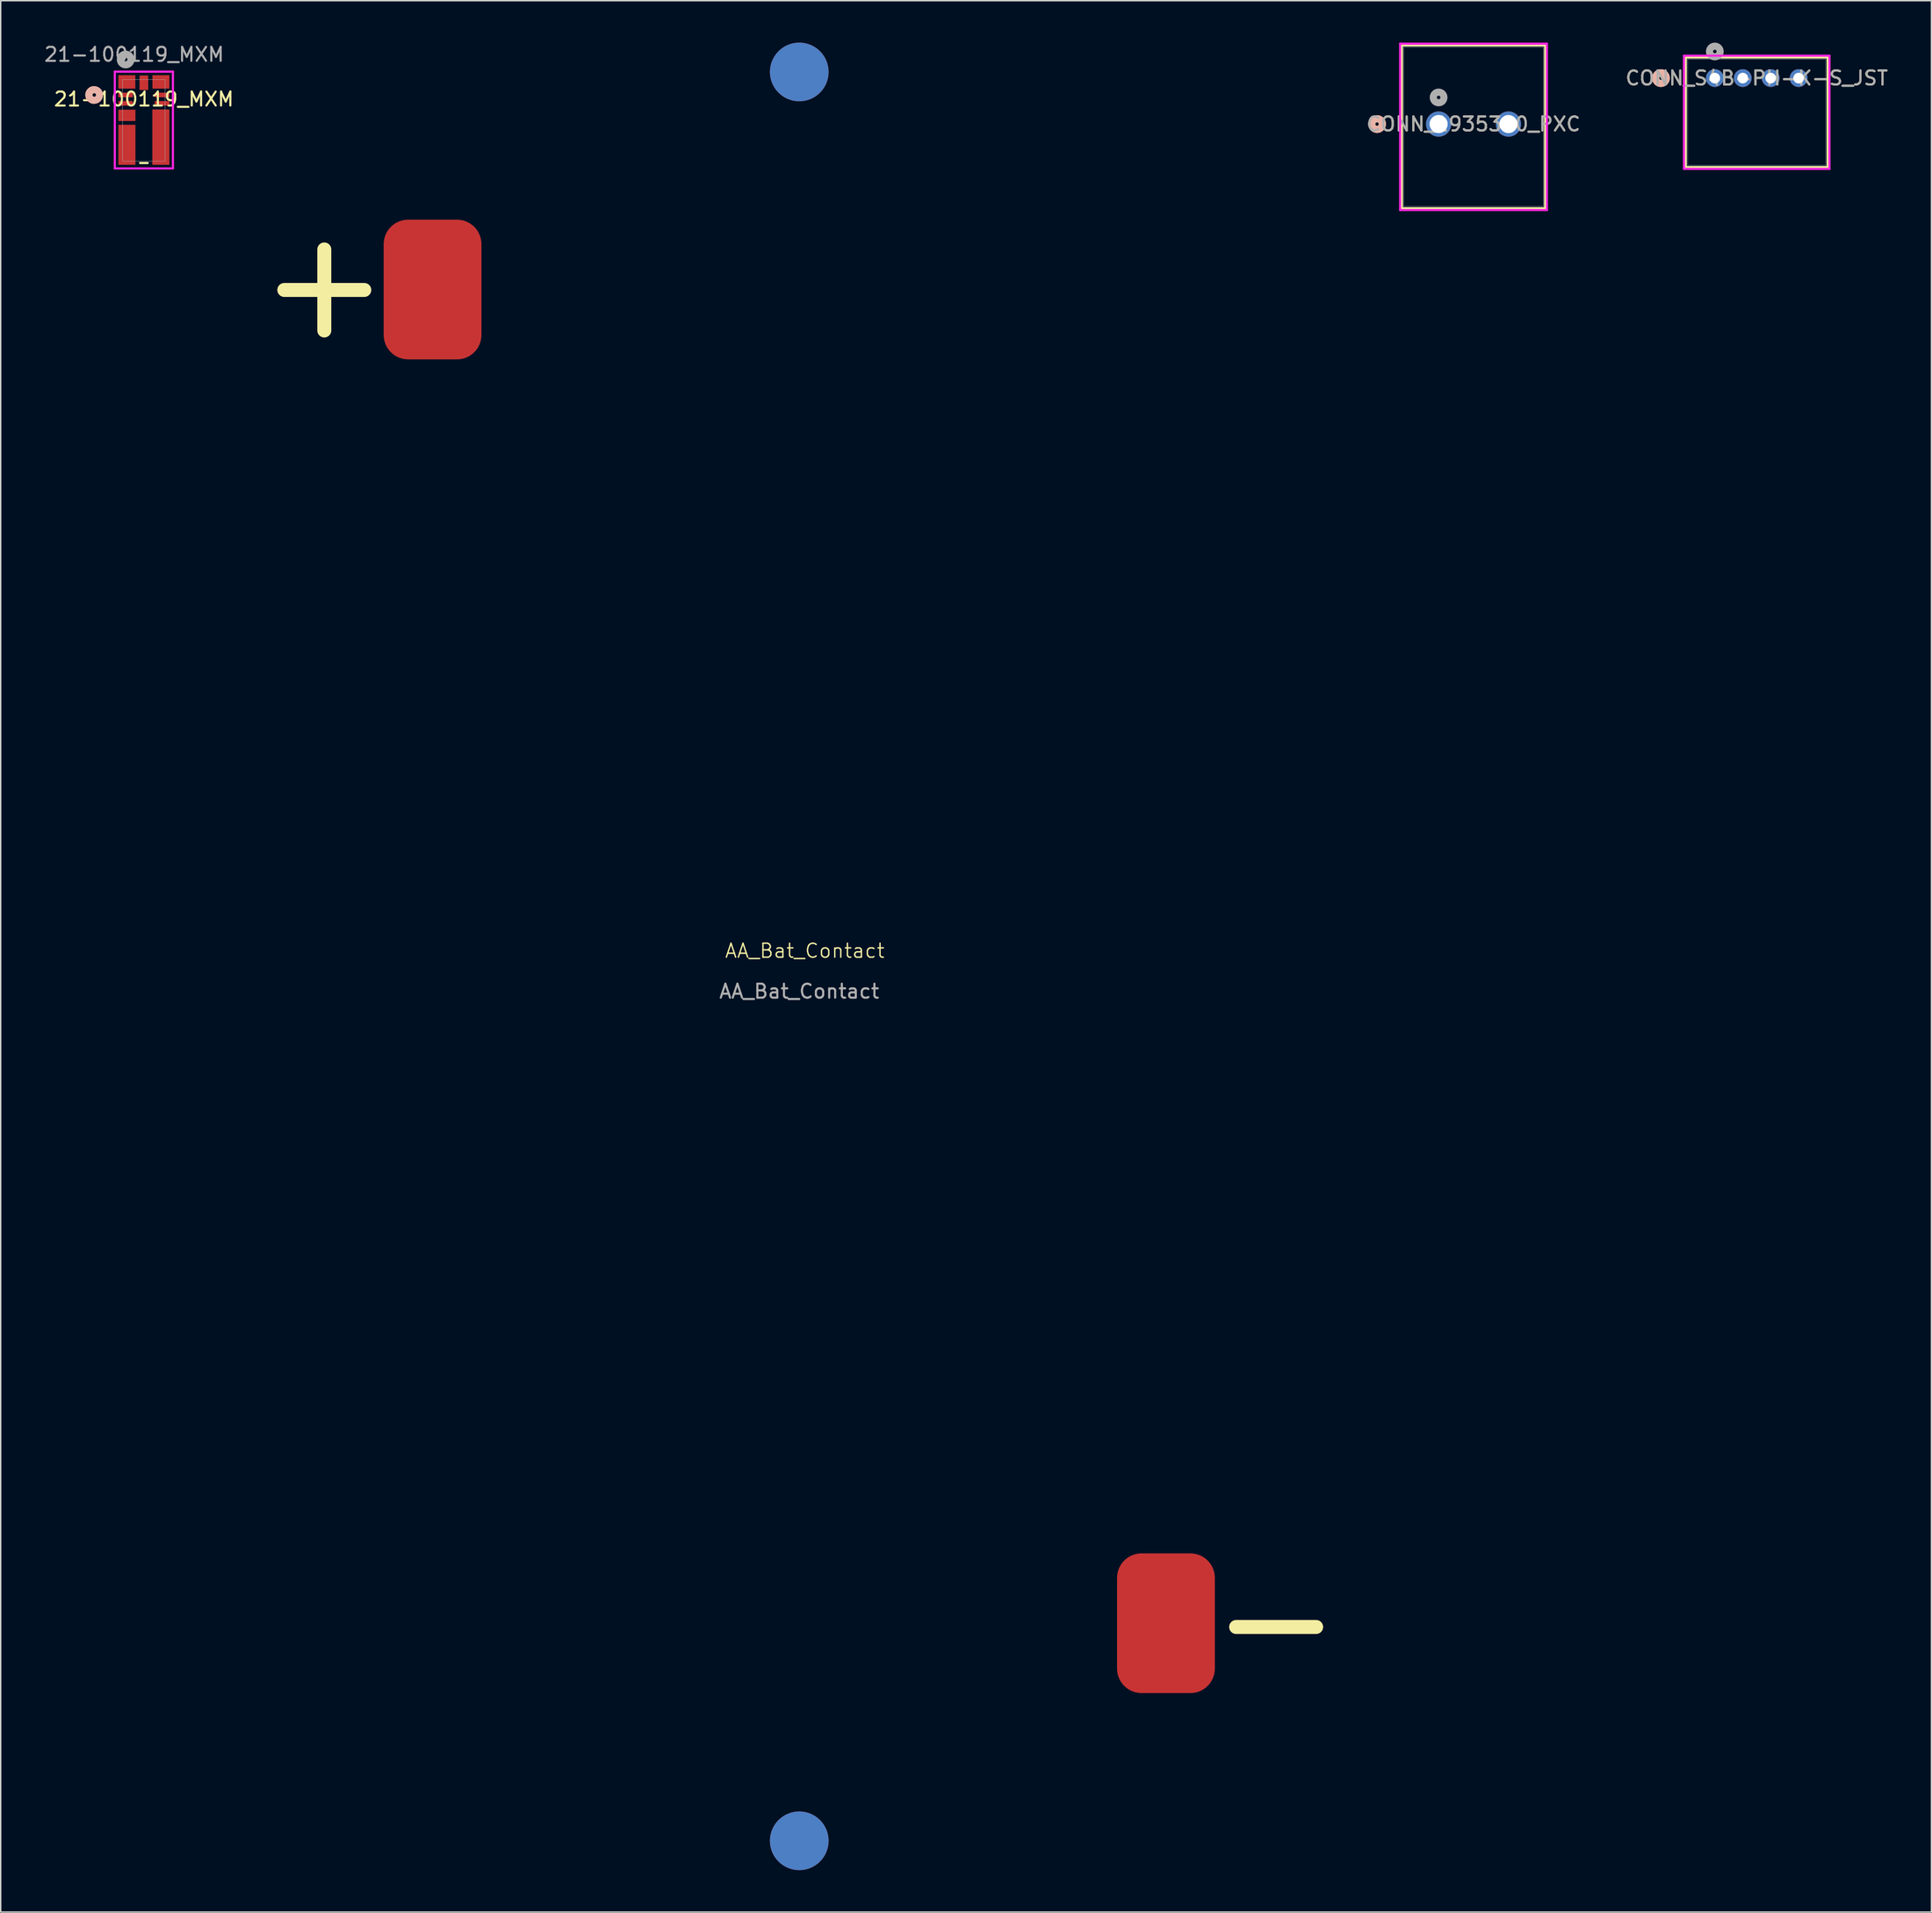
<source format=kicad_pcb>
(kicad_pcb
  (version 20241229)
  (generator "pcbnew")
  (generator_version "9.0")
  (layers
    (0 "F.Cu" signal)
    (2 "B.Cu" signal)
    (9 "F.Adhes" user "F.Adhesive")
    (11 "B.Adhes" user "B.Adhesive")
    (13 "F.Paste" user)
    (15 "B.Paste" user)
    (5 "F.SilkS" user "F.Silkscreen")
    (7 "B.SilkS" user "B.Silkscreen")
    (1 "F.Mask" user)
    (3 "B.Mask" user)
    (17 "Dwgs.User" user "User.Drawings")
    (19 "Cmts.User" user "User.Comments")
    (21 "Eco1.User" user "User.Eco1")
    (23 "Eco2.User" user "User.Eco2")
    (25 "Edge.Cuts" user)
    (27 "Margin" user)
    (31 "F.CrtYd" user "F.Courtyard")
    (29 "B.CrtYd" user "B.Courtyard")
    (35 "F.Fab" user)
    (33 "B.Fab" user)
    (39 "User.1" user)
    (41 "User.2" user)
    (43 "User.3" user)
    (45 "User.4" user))
  (footprint "CONN_S4B-PH-K-S_JST"
    (layer "F.Cu")
    (at 119.706 2.54)
    (property "Reference" "CONN_S4B-PH-K-S_JST" (at 3 0 0) (unlocked yes) (layer "F.SilkS") (effects (font (size 1 1) (thickness 0.15))))
    (attr through_hole)
    (fp_line (start -2.08 -1.477) (end -2.08 6.372) (stroke (width 0.152) (type solid)) (layer "F.SilkS"))
    (fp_line (start -2.08 6.372) (end 8.08 6.372) (stroke (width 0.152) (type solid)) (layer "F.SilkS"))
    (fp_line (start 8.08 -1.477) (end -2.08 -1.477) (stroke (width 0.152) (type solid)) (layer "F.SilkS"))
    (fp_line (start 8.08 6.372) (end 8.08 -1.477) (stroke (width 0.152) (type solid)) (layer "F.SilkS"))
    (fp_circle (center -3.858 0) (end -3.477 0) (stroke (width 0.508) (type solid)) (fill no) (layer "F.SilkS"))
    (fp_circle (center -3.858 0) (end -3.477 0) (stroke (width 0.508) (type solid)) (fill no) (layer "B.SilkS"))
    (fp_line (start -2.207 -1.604) (end -2.207 6.499) (stroke (width 0.152) (type solid)) (layer "F.CrtYd"))
    (fp_line (start -2.207 6.499) (end 8.207 6.499) (stroke (width 0.152) (type solid)) (layer "F.CrtYd"))
    (fp_line (start 8.207 -1.604) (end -2.207 -1.604) (stroke (width 0.152) (type solid)) (layer "F.CrtYd"))
    (fp_line (start 8.207 6.499) (end 8.207 -1.604) (stroke (width 0.152) (type solid)) (layer "F.CrtYd"))
    (fp_line (start -1.953 -1.35) (end -1.953 6.245) (stroke (width 0.025) (type solid)) (layer "F.Fab"))
    (fp_line (start -1.953 6.245) (end 7.953 6.245) (stroke (width 0.025) (type solid)) (layer "F.Fab"))
    (fp_line (start 7.953 -1.35) (end -1.953 -1.35) (stroke (width 0.025) (type solid)) (layer "F.Fab"))
    (fp_line (start 7.953 6.245) (end 7.953 -1.35) (stroke (width 0.025) (type solid)) (layer "F.Fab"))
    (fp_circle (center 0 -1.905) (end 0.381 -1.905) (stroke (width 0.508) (type solid)) (fill no) (layer "F.Fab"))
    (fp_text user "${REFERENCE}" (at 3 0 0) (unlocked yes) (layer "F.Fab") (effects (font (size 1 1) (thickness 0.15))))
    (pad "1" thru_hole circle (at 0 0) (size 1.27 1.27) (drill 0.762) (layers "*.Cu" "*.Mask"))
    (pad "2" thru_hole circle (at 2 0) (size 1.27 1.27) (drill 0.762) (layers "*.Cu" "*.Mask"))
    (pad "3" thru_hole circle (at 4 0) (size 1.27 1.27) (drill 0.762) (layers "*.Cu" "*.Mask"))
    (pad "4" thru_hole circle (at 6 0) (size 1.27 1.27) (drill 0.762) (layers "*.Cu" "*.Mask")))
  (footprint "21-100119_MXM"
    (layer "F.Cu")
    (at 8.554 4.348)
    (property "Reference" "21-100119_MXM" (at -1.305 -0.3 0) (unlocked yes) (layer "F.SilkS") (effects (font (size 1 1) (thickness 0.15))))
    (attr smd)
    (fp_line (start -1.578 4.271) (end -1.032 4.271) (stroke (width 0.152) (type solid)) (layer "F.SilkS"))
    (fp_arc (start -4.908067 -0.221918) (mid -5.241997 -0.601431) (end -4.905227 -0.978424) (stroke (width 0.508) (type solid)) (layer "F.SilkS"))
    (fp_circle (center -4.861 -0.6) (end -4.48 -0.6) (stroke (width 0.508) (type solid)) (fill no) (layer "B.SilkS"))
    (fp_line (start -3.385 -2.268) (end -3.385 4.656) (stroke (width 0.152) (type solid)) (layer "F.CrtYd"))
    (fp_line (start -3.385 4.656) (end 0.775 4.656) (stroke (width 0.152) (type solid)) (layer "F.CrtYd"))
    (fp_line (start 0.775 -2.268) (end -3.385 -2.268) (stroke (width 0.152) (type solid)) (layer "F.CrtYd"))
    (fp_line (start 0.775 4.656) (end 0.775 -2.268) (stroke (width 0.152) (type solid)) (layer "F.CrtYd"))
    (fp_line (start -2.829 -1.698) (end -2.829 4.144) (stroke (width 0.025) (type solid)) (layer "F.Fab"))
    (fp_line (start -2.829 4.144) (end 0.219 4.144) (stroke (width 0.025) (type solid)) (layer "F.Fab"))
    (fp_line (start 0.219 -1.698) (end -2.829 -1.698) (stroke (width 0.025) (type solid)) (layer "F.Fab"))
    (fp_line (start 0.219 4.144) (end 0.219 -1.698) (stroke (width 0.025) (type solid)) (layer "F.Fab"))
    (fp_circle (center -2.61 -3.14) (end -2.229 -3.14) (stroke (width 0.508) (type solid)) (fill no) (layer "F.Fab"))
    (fp_text user "${REFERENCE}" (at -2 -3.5 0) (unlocked yes) (layer "F.Fab") (effects (font (size 1 1) (thickness 0.15))))
    (pad "1" smd rect (at -2.61 -0.6) (size 1.041 0.33) (layers "F.Cu" "F.Mask" "F.Paste"))
    (pad "2" smd rect (at -2.61 0) (size 1.041 0.33) (layers "F.Cu" "F.Mask" "F.Paste"))
    (pad "3" smd rect (at -2.52 0.859) (size 1.219 0.813) (layers "F.Cu" "F.Mask" "F.Paste"))
    (pad "4" smd rect (at -2.52 2.967) (size 1.219 2.87) (layers "F.Cu" "F.Mask" "F.Paste"))
    (pad "5" smd rect (at -0.09 2.42) (size 1.219 3.962) (layers "F.Cu" "F.Mask" "F.Paste"))
    (pad "6" smd rect (at 0 0) (size 1.041 0.33) (layers "F.Cu" "F.Mask" "F.Paste"))
    (pad "7" smd rect (at 0 -0.6) (size 1.041 0.33) (layers "F.Cu" "F.Mask" "F.Paste"))
    (pad "8" smd rect (at -0.086 -1.533) (size 1.213 0.962) (layers "F.Cu" "F.Mask" "F.Paste"))
    (pad "9" smd rect (at -1.305 -1.479) (size 0.625 1.038) (layers "F.Cu" "F.Mask" "F.Paste"))
    (pad "10" smd rect (at -2.523 -1.533) (size 1.213 0.962) (layers "F.Cu" "F.Mask" "F.Paste")))
  (footprint "AA_Bat_Contact"
    (layer "F.Cu")
    (at 54.165 65.405)
    (property "Reference" "AA_Bat_Contact" (at 0.4 -0.4 0) (unlocked yes) (layer "F.SilkS") (effects (font (size 1 1) (thickness 0.1))))
    (attr smd)
    (fp_line (start -36.862 -47.7) (end -31.137 -47.7) (stroke (width 1) (type default)) (layer "F.SilkS"))
    (fp_line (start -34 -50.6) (end -34 -44.8) (stroke (width 1) (type default)) (layer "F.SilkS"))
    (fp_line (start 31.275 48) (end 37 48) (stroke (width 1) (type default)) (layer "F.SilkS"))
    (fp_text user "${REFERENCE}" (at 0 2.5 0) (unlocked yes) (layer "F.Fab") (effects (font (size 1 1) (thickness 0.15))))
    (pad "1" smd roundrect (at -26.25 -47.731) (size 7 10) (layers "F.Cu" "F.Mask" "F.Paste") (roundrect_rratio 0.25))
    (pad "2" smd roundrect (at 26.25 47.731) (size 7 10) (layers "F.Cu" "F.Mask" "F.Paste") (roundrect_rratio 0.25))
    (pad "3" thru_hole circle (at 0 -63.305) (size 4.2 4.2) (drill 0.000001) (layers "*.Cu" "F.Mask" "F.Paste"))
    (pad "3" thru_hole circle (at 0 63.305) (size 4.2 4.2) (drill 0.000001) (layers "*.Cu" "F.Mask" "F.Paste")))
  (footprint "CONN_1935310_PXC"
    (layer "F.Cu")
    (at 99.933 5.83)
    (property "Reference" "CONN_1935310_PXC" (at 2.5 0 0) (unlocked yes) (layer "F.SilkS") (effects (font (size 1 1) (thickness 0.15))))
    (attr through_hole)
    (fp_line (start -2.627 -5.627) (end -2.627 6.027) (stroke (width 0.152) (type solid)) (layer "F.SilkS"))
    (fp_line (start -2.627 6.027) (end 7.627 6.027) (stroke (width 0.152) (type solid)) (layer "F.SilkS"))
    (fp_line (start 7.627 -5.627) (end -2.627 -5.627) (stroke (width 0.152) (type solid)) (layer "F.SilkS"))
    (fp_line (start 7.627 6.027) (end 7.627 -5.627) (stroke (width 0.152) (type solid)) (layer "F.SilkS"))
    (fp_circle (center -4.405 0) (end -4.024 0) (stroke (width 0.508) (type solid)) (fill no) (layer "F.SilkS"))
    (fp_circle (center -4.405 0) (end -4.024 0) (stroke (width 0.508) (type solid)) (fill no) (layer "B.SilkS"))
    (fp_line (start -2.754 -5.754) (end -2.754 6.154) (stroke (width 0.152) (type solid)) (layer "F.CrtYd"))
    (fp_line (start -2.754 6.154) (end 7.754 6.154) (stroke (width 0.152) (type solid)) (layer "F.CrtYd"))
    (fp_line (start 7.754 -5.754) (end -2.754 -5.754) (stroke (width 0.152) (type solid)) (layer "F.CrtYd"))
    (fp_line (start 7.754 6.154) (end 7.754 -5.754) (stroke (width 0.152) (type solid)) (layer "F.CrtYd"))
    (fp_line (start -2.5 -5.5) (end -2.5 5.9) (stroke (width 0.025) (type solid)) (layer "F.Fab"))
    (fp_line (start -2.5 5.9) (end 7.5 5.9) (stroke (width 0.025) (type solid)) (layer "F.Fab"))
    (fp_line (start 7.5 -5.5) (end -2.5 -5.5) (stroke (width 0.025) (type solid)) (layer "F.Fab"))
    (fp_line (start 7.5 5.9) (end 7.5 -5.5) (stroke (width 0.025) (type solid)) (layer "F.Fab"))
    (fp_circle (center 0 -1.905) (end 0.381 -1.905) (stroke (width 0.508) (type solid)) (fill no) (layer "F.Fab"))
    (fp_text user "${REFERENCE}" (at 2.5 0 0) (unlocked yes) (layer "F.Fab") (effects (font (size 1 1) (thickness 0.15))))
    (pad "1" thru_hole circle (at 0 0) (size 1.803 1.803) (drill 1.295) (layers "*.Cu" "*.Mask"))
    (pad "2" thru_hole circle (at 5 0) (size 1.803 1.803) (drill 1.295) (layers "*.Cu" "*.Mask")))
  (gr_rect
    (start -3 -3)
    (end 135.212 133.81)
    (stroke (width 0.1) (type default))
    (fill no)
    (layer "Edge.Cuts")))
</source>
